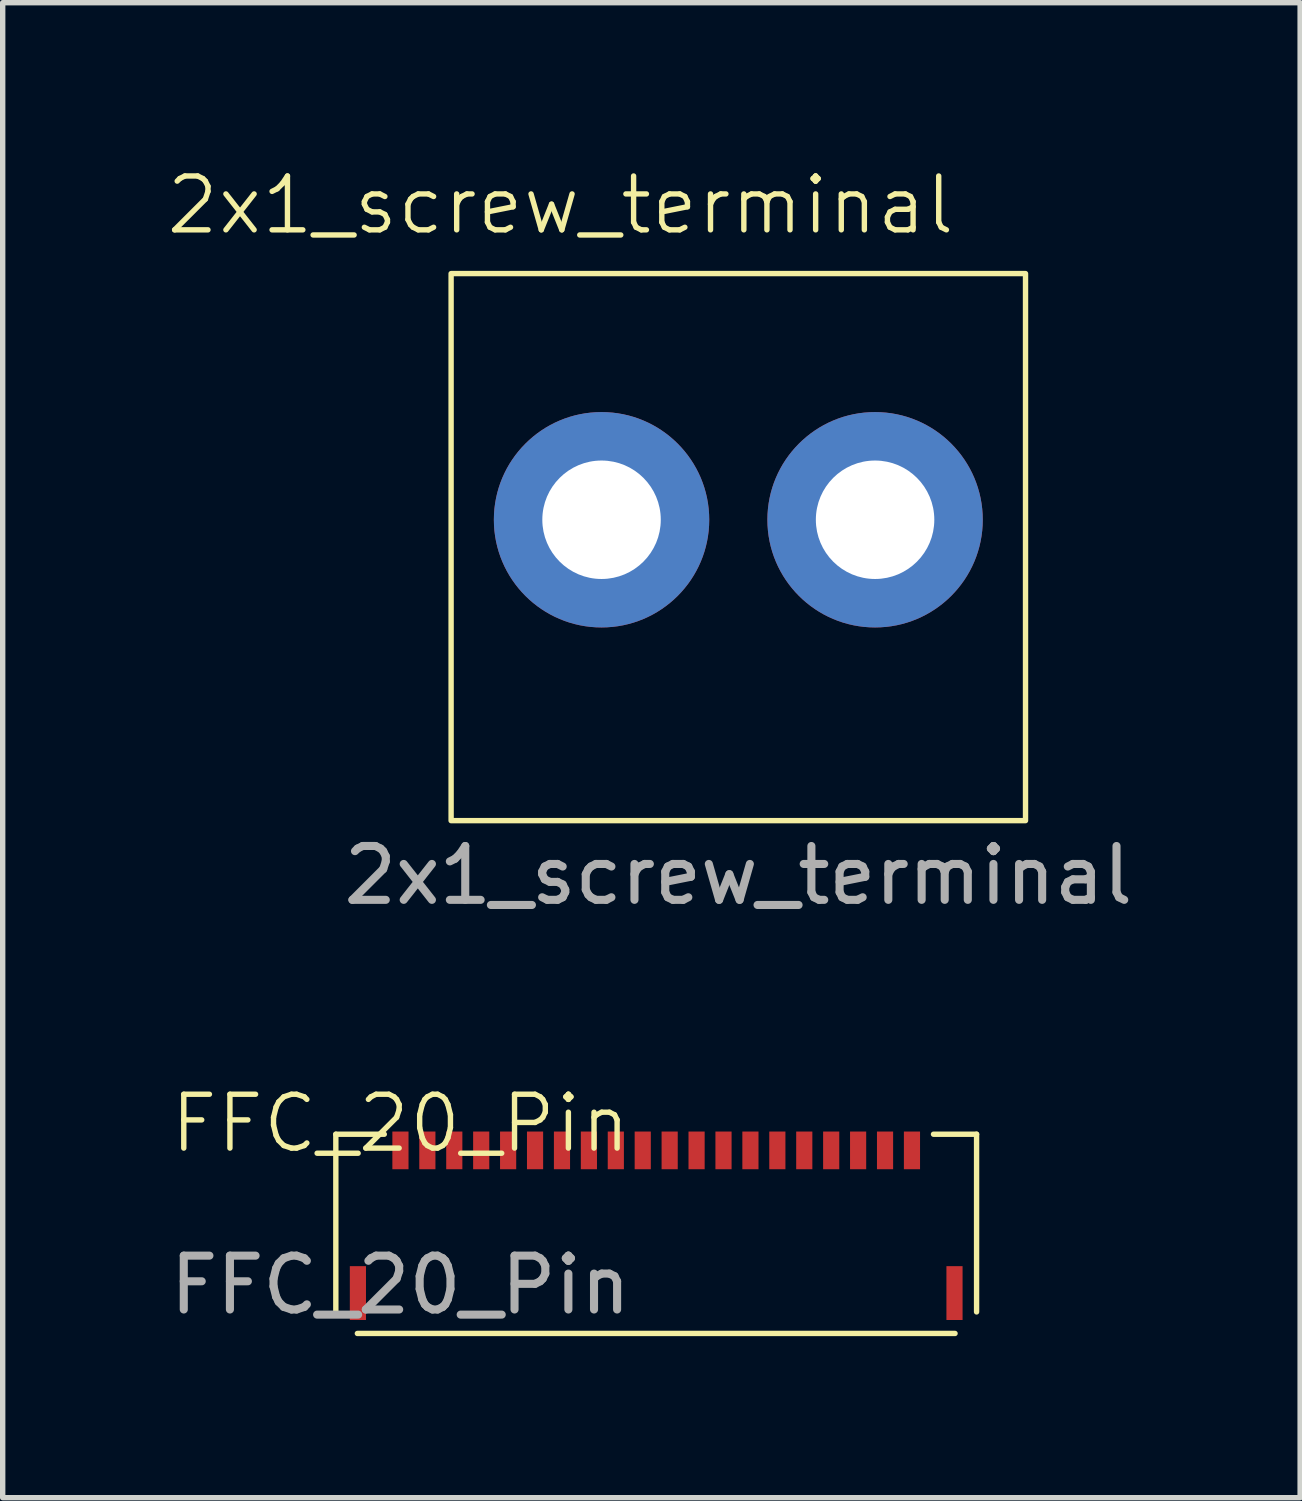
<source format=kicad_pcb>
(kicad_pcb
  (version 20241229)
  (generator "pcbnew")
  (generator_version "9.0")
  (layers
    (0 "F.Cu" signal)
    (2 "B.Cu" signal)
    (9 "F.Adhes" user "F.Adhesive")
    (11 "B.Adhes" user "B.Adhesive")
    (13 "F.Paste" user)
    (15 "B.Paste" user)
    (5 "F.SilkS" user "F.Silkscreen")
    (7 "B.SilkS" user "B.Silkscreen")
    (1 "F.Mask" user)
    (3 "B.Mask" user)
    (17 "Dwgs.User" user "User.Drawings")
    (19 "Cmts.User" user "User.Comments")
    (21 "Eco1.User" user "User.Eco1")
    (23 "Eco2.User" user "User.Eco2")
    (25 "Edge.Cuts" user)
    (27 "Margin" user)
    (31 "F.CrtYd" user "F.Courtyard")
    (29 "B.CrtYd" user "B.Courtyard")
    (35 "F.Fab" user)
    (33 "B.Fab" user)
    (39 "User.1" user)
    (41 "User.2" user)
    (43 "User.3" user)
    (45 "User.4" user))
  (footprint "2x1_screw_terminal"
    (layer "F.Cu")
    (at 8.122 6.603)
    (property "Reference" "2x1_screw_terminal" (at -0.762 -5.842 0) (unlocked yes) (layer "F.SilkS") (effects (font (size 1 1) (thickness 0.1))))
    (attr through_hole)
    (fp_rect (start -2.794 -4.572) (end 7.874 5.588) (stroke (width 0.1) (type default)) (fill no) (layer "F.SilkS"))
    (fp_text user "${REFERENCE}" (at 2.54 6.604 0) (unlocked yes) (layer "F.Fab") (effects (font (size 1 1) (thickness 0.15))))
    (pad "1" thru_hole circle (at 0 0) (size 4 4) (drill 2.2) (layers "*.Cu" "*.Mask"))
    (pad "2" thru_hole circle (at 5.08 0) (size 4 4) (drill 2.2) (layers "*.Cu" "*.Mask")))
  (footprint "FFC_20_Pin"
    (layer "F.Cu")
    (at 4.387 18.315)
    (property "Reference" "FFC_20_Pin" (at 0 -0.5 0) (unlocked yes) (layer "F.SilkS") (effects (font (size 1 1) (thickness 0.1))))
    (attr smd)
    (fp_line (start -1.2 -0.3) (end -1.2 3) (stroke (width 0.1) (type default)) (layer "F.SilkS"))
    (fp_line (start -0.8 3.4) (end 10.3 3.4) (stroke (width 0.1) (type default)) (layer "F.SilkS"))
    (fp_line (start -0.3 -0.3) (end -1.2 -0.3) (stroke (width 0.1) (type default)) (layer "F.SilkS"))
    (fp_line (start 9.9 -0.3) (end 10.7 -0.3) (stroke (width 0.1) (type default)) (layer "F.SilkS"))
    (fp_line (start 10.7 3) (end 10.7 -0.3) (stroke (width 0.1) (type default)) (layer "F.SilkS"))
    (fp_text user "${REFERENCE}" (at 0 2.5 0) (unlocked yes) (layer "F.Fab") (effects (font (size 1 1) (thickness 0.15))))
    (pad "1" smd rect (at 0 0) (size 0.3 0.7) (layers "F.Cu" "F.Mask" "F.Paste"))
    (pad "2" smd rect (at 0.5 0) (size 0.3 0.7) (layers "F.Cu" "F.Mask" "F.Paste"))
    (pad "3" smd rect (at 1 0) (size 0.3 0.7) (layers "F.Cu" "F.Mask" "F.Paste"))
    (pad "4" smd rect (at 1.5 0) (size 0.3 0.7) (layers "F.Cu" "F.Mask" "F.Paste"))
    (pad "5" smd rect (at 2 0) (size 0.3 0.7) (layers "F.Cu" "F.Mask" "F.Paste"))
    (pad "6" smd rect (at 2.5 0) (size 0.3 0.7) (layers "F.Cu" "F.Mask" "F.Paste"))
    (pad "7" smd rect (at 3 0) (size 0.3 0.7) (layers "F.Cu" "F.Mask" "F.Paste"))
    (pad "8" smd rect (at 3.5 0) (size 0.3 0.7) (layers "F.Cu" "F.Mask" "F.Paste"))
    (pad "9" smd rect (at 4 0) (size 0.3 0.7) (layers "F.Cu" "F.Mask" "F.Paste"))
    (pad "10" smd rect (at 4.5 0) (size 0.3 0.7) (layers "F.Cu" "F.Mask" "F.Paste"))
    (pad "11" smd rect (at 5 0) (size 0.3 0.7) (layers "F.Cu" "F.Mask" "F.Paste"))
    (pad "12" smd rect (at 5.5 0) (size 0.3 0.7) (layers "F.Cu" "F.Mask" "F.Paste"))
    (pad "13" smd rect (at 6 0) (size 0.3 0.7) (layers "F.Cu" "F.Mask" "F.Paste"))
    (pad "14" smd rect (at 6.5 0) (size 0.3 0.7) (layers "F.Cu" "F.Mask" "F.Paste"))
    (pad "15" smd rect (at 7 0) (size 0.3 0.7) (layers "F.Cu" "F.Mask" "F.Paste"))
    (pad "16" smd rect (at 7.5 0) (size 0.3 0.7) (layers "F.Cu" "F.Mask" "F.Paste"))
    (pad "17" smd rect (at 8 0) (size 0.3 0.7) (layers "F.Cu" "F.Mask" "F.Paste"))
    (pad "18" smd rect (at 8.5 0) (size 0.3 0.7) (layers "F.Cu" "F.Mask" "F.Paste"))
    (pad "19" smd rect (at 9 0) (size 0.3 0.7) (layers "F.Cu" "F.Mask" "F.Paste"))
    (pad "20" smd rect (at 9.5 0) (size 0.3 0.7) (layers "F.Cu" "F.Mask" "F.Paste"))
    (pad "MP1" smd rect (at -0.79 2.65) (size 0.3 1) (layers "F.Cu" "F.Mask" "F.Paste"))
    (pad "MP2" smd rect (at 10.29 2.65) (size 0.3 1) (layers "F.Cu" "F.Mask" "F.Paste")))
  (gr_rect
    (start -3 -3)
    (end 21.096 24.765)
    (stroke (width 0.1) (type default))
    (fill no)
    (layer "Edge.Cuts")))
</source>
